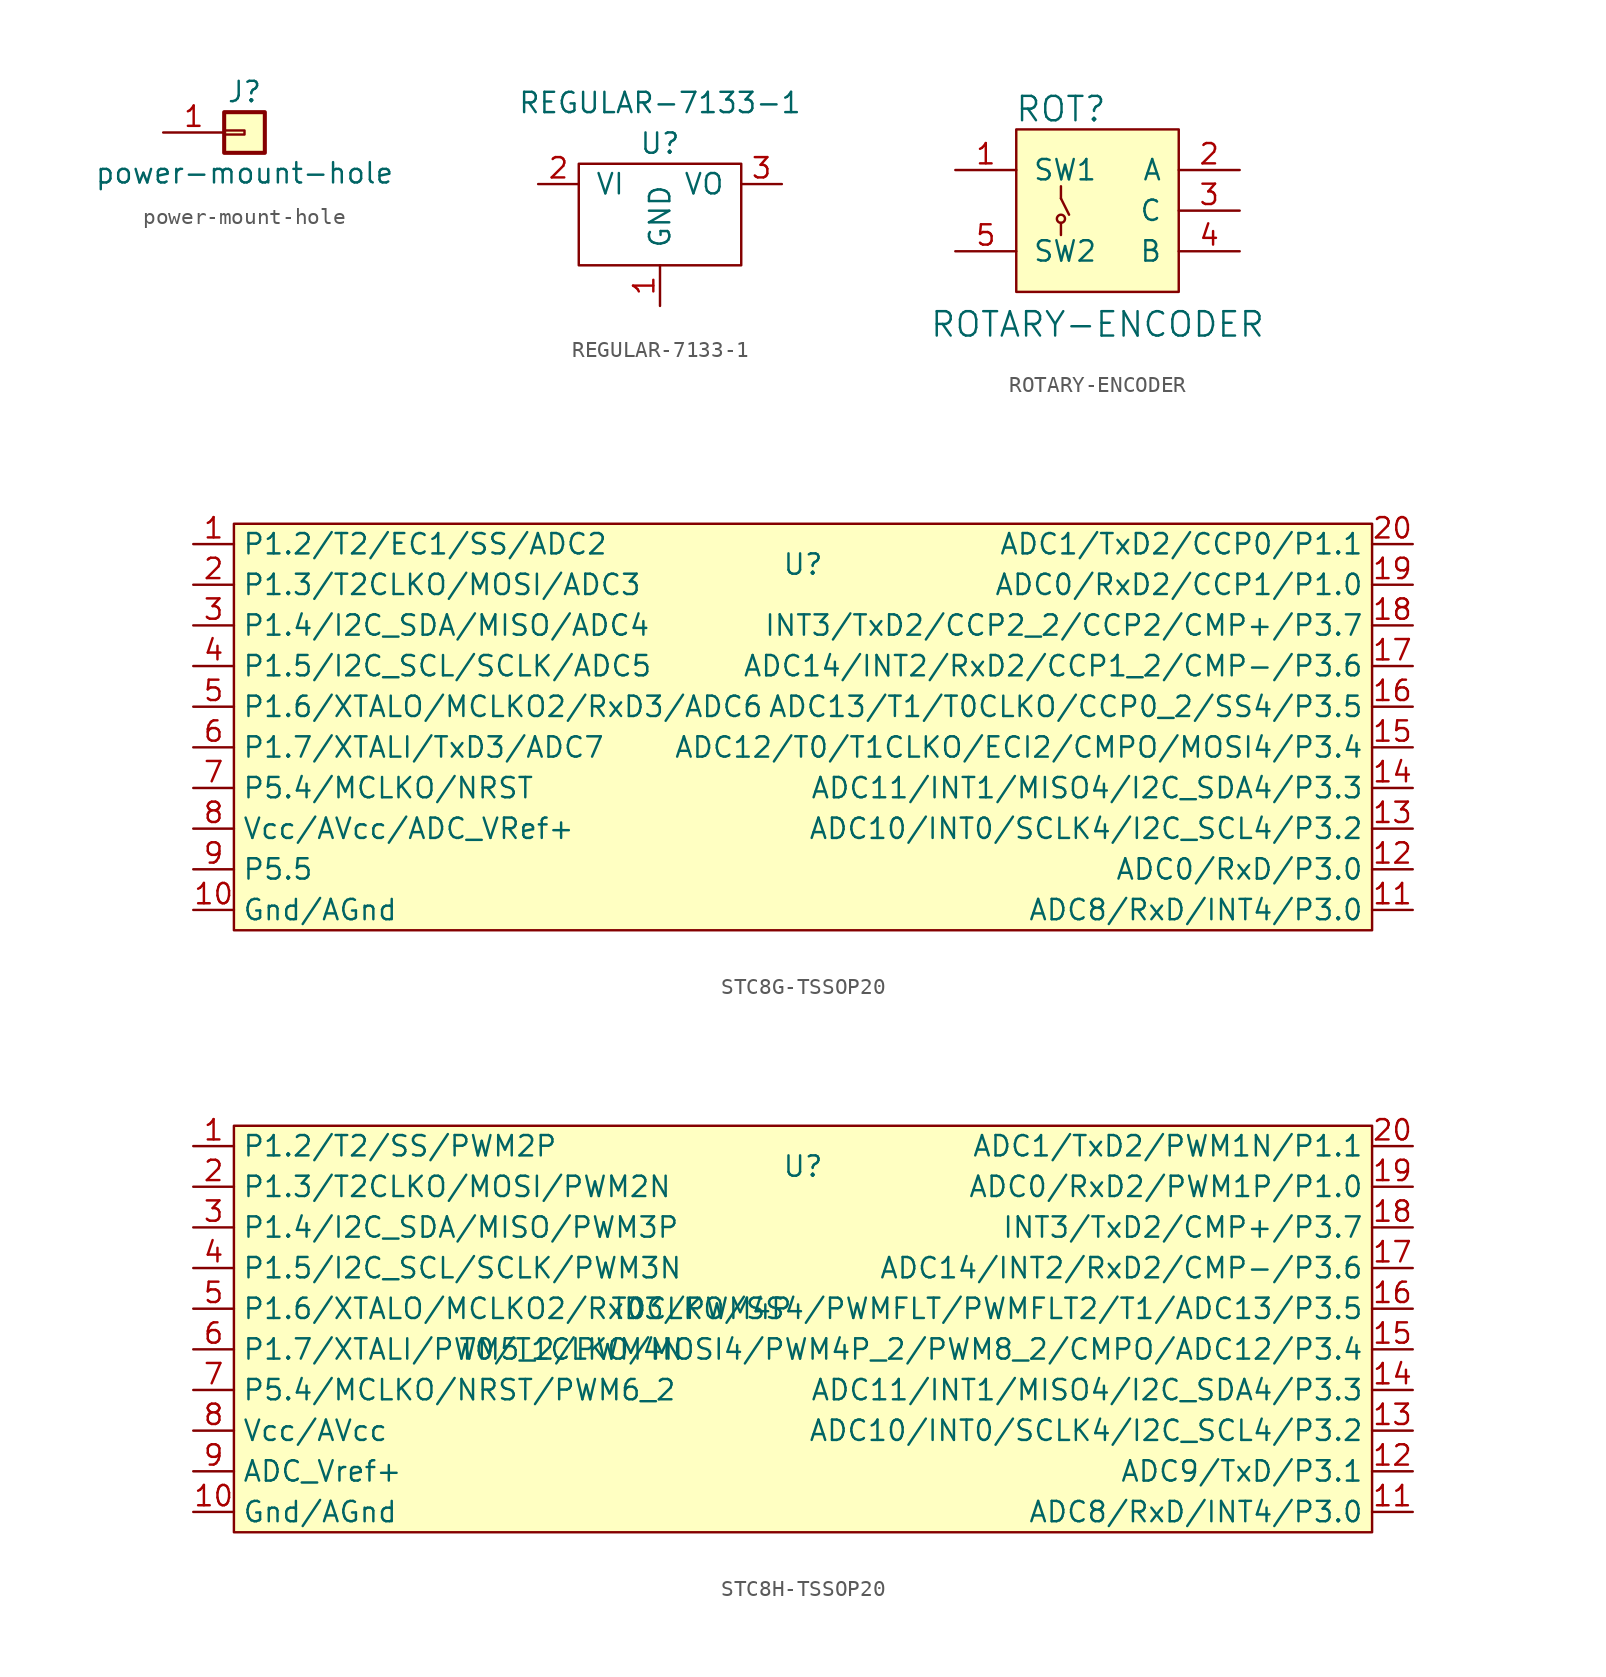
<source format=kicad_sym>
(kicad_symbol_lib
  (version 20231120)
  (generator "kicad_symbol_editor")
  (generator_version "8.0")
  (symbol "power-mount-hole"
    (pin_names
      (offset 1.016) hide)
    (property "Reference" "J"
      (at 0 2.54 0)
      (effects (font (size 1.27 1.27))))
    (property "Value" "power-mount-hole"
      (at 0 -2.54 0)
      (effects (font (size 1.27 1.27))))
    (symbol "power-mount-hole_1_1"
      (rectangle (start -1.27 0.127) (end 0 -0.127) (stroke (width 0.152) (type default)) (fill (type none)))
      (rectangle (start -1.27 1.27) (end 1.27 -1.27) (stroke (width 0.254) (type default)) (fill (type background)))
      (pin power_out line (at -5.08 0 0) (length 3.81) (name "Pin_1" (effects (font (size 1.27 1.27)))) (number "1" (effects (font (size 1.27 1.27)))))))
  (symbol "REGULAR-7133-1"
    (pin_names
      (offset 1.016))
    (property "Reference" "U"
      (at 0 3.81 0)
      (effects (font (size 1.27 1.27))))
    (property "Value" "REGULAR-7133-1"
      (at 0 6.35 0)
      (effects (font (size 1.27 1.27))))
    (symbol "REGULAR-7133-1_0_1"
      (rectangle (start -5.08 2.54) (end 5.08 -3.81) (stroke (width 0) (type default)) (fill (type none))))
    (symbol "REGULAR-7133-1_1_1"
      (pin power_in line (at 0 -6.35 90) (length 2.54) (name "GND" (effects (font (size 1.27 1.27)))) (number "1" (effects (font (size 1.27 1.27)))))
      (pin power_in line (at -7.62 1.27 0) (length 2.54) (name "VI" (effects (font (size 1.27 1.27)))) (number "2" (effects (font (size 1.27 1.27)))))
      (pin power_out line (at 7.62 1.27 180) (length 2.54) (name "VO" (effects (font (size 1.27 1.27)))) (number "3" (effects (font (size 1.27 1.27)))))))
  (symbol "ROTARY-ENCODER"
    (pin_names
      (offset 1.016))
    (property "Reference" "ROT"
      (at -2.286 6.35 0)
      (effects (font (size 1.524 1.524))))
    (property "Value" "ROTARY-ENCODER"
      (at 0 -7.112 0)
      (effects (font (size 1.524 1.524))))
    (property "Footprint" ""
      (at 0 0 0)
      (effects (font (size 1.524 1.524))))
    (property "Datasheet" ""
      (at 0 0 0)
      (effects (font (size 1.524 1.524))))
    (symbol "ROTARY-ENCODER_0_1"
      (rectangle (start -5.08 5.08) (end 5.08 -5.08) (stroke (width 0) (type default)) (fill (type background)))
      (circle (center -2.286 -0.508) (radius 0.254) (stroke (width 0) (type default)) (fill (type none)))
      (polyline (pts (xy -2.286 -1.524) (xy -2.286 -0.762)) (stroke (width 0) (type default)) (fill (type none)))
      (polyline (pts (xy -2.286 0.762) (xy -1.778 -0.254)) (stroke (width 0) (type default)) (fill (type none)))
      (polyline (pts (xy -2.286 1.524) (xy -2.286 0.762)) (stroke (width 0) (type default)) (fill (type none))))
    (symbol "ROTARY-ENCODER_1_1"
      (pin passive line (at -8.89 2.54 0) (length 3.81) (name "SW1" (effects (font (size 1.27 1.27)))) (number "1" (effects (font (size 1.27 1.27)))))
      (pin output line (at 8.89 2.54 180) (length 3.81) (name "A" (effects (font (size 1.27 1.27)))) (number "2" (effects (font (size 1.27 1.27)))))
      (pin input line (at 8.89 0 180) (length 3.81) (name "C" (effects (font (size 1.27 1.27)))) (number "3" (effects (font (size 1.27 1.27)))))
      (pin output line (at 8.89 -2.54 180) (length 3.81) (name "B" (effects (font (size 1.27 1.27)))) (number "4" (effects (font (size 1.27 1.27)))))
      (pin passive line (at -8.89 -2.54 0) (length 3.81) (name "SW2" (effects (font (size 1.27 1.27)))) (number "5" (effects (font (size 1.27 1.27)))))))
  (symbol "STC8G-TSSOP20"
    (property "Reference" "U"
      (at 0 10.16 0)
      (effects (font (size 1.27 1.27))))
    (property "Value" ""
      (at 0 0 0)
      (effects (font (size 1.27 1.27))))
    (symbol "STC8G-TSSOP20_1_1"
      (rectangle (start -35.56 12.7) (end 35.56 -12.7) (stroke (width 0) (type default)) (fill (type background)))
      (pin bidirectional line (at -38.1 11.43 0) (length 2.54) (name "P1.2/T2/EC1/SS/ADC2" (effects (font (size 1.27 1.27)))) (number "1" (effects (font (size 1.27 1.27)))))
      (pin power_in line (at -38.1 -11.43 0) (length 2.54) (name "Gnd/AGnd" (effects (font (size 1.27 1.27)))) (number "10" (effects (font (size 1.27 1.27)))))
      (pin bidirectional line (at 38.1 -11.43 180) (length 2.54) (name "ADC8/RxD/INT4/P3.0" (effects (font (size 1.27 1.27)))) (number "11" (effects (font (size 1.27 1.27)))))
      (pin bidirectional line (at 38.1 -8.89 180) (length 2.54) (name "ADC0/RxD/P3.0" (effects (font (size 1.27 1.27)))) (number "12" (effects (font (size 1.27 1.27)))))
      (pin bidirectional line (at 38.1 -6.35 180) (length 2.54) (name "ADC10/INT0/SCLK4/I2C_SCL4/P3.2" (effects (font (size 1.27 1.27)))) (number "13" (effects (font (size 1.27 1.27)))))
      (pin bidirectional line (at 38.1 -3.81 180) (length 2.54) (name "ADC11/INT1/MISO4/I2C_SDA4/P3.3" (effects (font (size 1.27 1.27)))) (number "14" (effects (font (size 1.27 1.27)))))
      (pin bidirectional line (at 38.1 -1.27 180) (length 2.54) (name "ADC12/T0/T1CLKO/ECI2/CMPO/MOSI4/P3.4" (effects (font (size 1.27 1.27)))) (number "15" (effects (font (size 1.27 1.27)))))
      (pin bidirectional line (at 38.1 1.27 180) (length 2.54) (name "ADC13/T1/T0CLKO/CCP0_2/SS4/P3.5" (effects (font (size 1.27 1.27)))) (number "16" (effects (font (size 1.27 1.27)))))
      (pin bidirectional line (at 38.1 3.81 180) (length 2.54) (name "ADC14/INT2/RxD2/CCP1_2/CMP-/P3.6" (effects (font (size 1.27 1.27)))) (number "17" (effects (font (size 1.27 1.27)))))
      (pin bidirectional line (at 38.1 6.35 180) (length 2.54) (name "INT3/TxD2/CCP2_2/CCP2/CMP+/P3.7" (effects (font (size 1.27 1.27)))) (number "18" (effects (font (size 1.27 1.27)))))
      (pin bidirectional line (at 38.1 8.89 180) (length 2.54) (name "ADC0/RxD2/CCP1/P1.0" (effects (font (size 1.27 1.27)))) (number "19" (effects (font (size 1.27 1.27)))))
      (pin bidirectional line (at -38.1 8.89 0) (length 2.54) (name "P1.3/T2CLKO/MOSI/ADC3" (effects (font (size 1.27 1.27)))) (number "2" (effects (font (size 1.27 1.27)))))
      (pin bidirectional line (at 38.1 11.43 180) (length 2.54) (name "ADC1/TxD2/CCP0/P1.1" (effects (font (size 1.27 1.27)))) (number "20" (effects (font (size 1.27 1.27)))))
      (pin bidirectional line (at -38.1 6.35 0) (length 2.54) (name "P1.4/I2C_SDA/MISO/ADC4" (effects (font (size 1.27 1.27)))) (number "3" (effects (font (size 1.27 1.27)))))
      (pin bidirectional line (at -38.1 3.81 0) (length 2.54) (name "P1.5/I2C_SCL/SCLK/ADC5" (effects (font (size 1.27 1.27)))) (number "4" (effects (font (size 1.27 1.27)))))
      (pin bidirectional line (at -38.1 1.27 0) (length 2.54) (name "P1.6/XTALO/MCLKO2/RxD3/ADC6" (effects (font (size 1.27 1.27)))) (number "5" (effects (font (size 1.27 1.27)))))
      (pin bidirectional line (at -38.1 -1.27 0) (length 2.54) (name "P1.7/XTALI/TxD3/ADC7" (effects (font (size 1.27 1.27)))) (number "6" (effects (font (size 1.27 1.27)))))
      (pin bidirectional line (at -38.1 -3.81 0) (length 2.54) (name "P5.4/MCLKO/NRST" (effects (font (size 1.27 1.27)))) (number "7" (effects (font (size 1.27 1.27)))))
      (pin power_in line (at -38.1 -6.35 0) (length 2.54) (name "Vcc/AVcc/ADC_VRef+" (effects (font (size 1.27 1.27)))) (number "8" (effects (font (size 1.27 1.27)))))
      (pin bidirectional line (at -38.1 -8.89 0) (length 2.54) (name "P5.5" (effects (font (size 1.27 1.27)))) (number "9" (effects (font (size 1.27 1.27)))))))
  (symbol "STC8H-TSSOP20"
    (property "Reference" "U"
      (at 0 10.16 0)
      (effects (font (size 1.27 1.27))))
    (property "Value" ""
      (at 0 0 0)
      (effects (font (size 1.27 1.27))))
    (symbol "STC8H-TSSOP20_1_1"
      (rectangle (start -35.56 12.7) (end 35.56 -12.7) (stroke (width 0) (type default)) (fill (type background)))
      (pin bidirectional line (at -38.1 11.43 0) (length 2.54) (name "P1.2/T2/SS/PWM2P" (effects (font (size 1.27 1.27)))) (number "1" (effects (font (size 1.27 1.27)))))
      (pin power_in line (at -38.1 -11.43 0) (length 2.54) (name "Gnd/AGnd" (effects (font (size 1.27 1.27)))) (number "10" (effects (font (size 1.27 1.27)))))
      (pin bidirectional line (at 38.1 -11.43 180) (length 2.54) (name "ADC8/RxD/INT4/P3.0" (effects (font (size 1.27 1.27)))) (number "11" (effects (font (size 1.27 1.27)))))
      (pin bidirectional line (at 38.1 -8.89 180) (length 2.54) (name "ADC9/TxD/P3.1" (effects (font (size 1.27 1.27)))) (number "12" (effects (font (size 1.27 1.27)))))
      (pin bidirectional line (at 38.1 -6.35 180) (length 2.54) (name "ADC10/INT0/SCLK4/I2C_SCL4/P3.2" (effects (font (size 1.27 1.27)))) (number "13" (effects (font (size 1.27 1.27)))))
      (pin bidirectional line (at 38.1 -3.81 180) (length 2.54) (name "ADC11/INT1/MISO4/I2C_SDA4/P3.3" (effects (font (size 1.27 1.27)))) (number "14" (effects (font (size 1.27 1.27)))))
      (pin bidirectional line (at 38.1 -1.27 180) (length 2.54) (name "T0/T1CLKO/MOSI4/PWM4P_2/PWM8_2/CMPO/ADC12/P3.4" (effects (font (size 1.27 1.27)))) (number "15" (effects (font (size 1.27 1.27)))))
      (pin bidirectional line (at 38.1 1.27 180) (length 2.54) (name "T0CLKO/SS4/PWMFLT/PWMFLT2/T1/ADC13/P3.5" (effects (font (size 1.27 1.27)))) (number "16" (effects (font (size 1.27 1.27)))))
      (pin bidirectional line (at 38.1 3.81 180) (length 2.54) (name "ADC14/INT2/RxD2/CMP-/P3.6" (effects (font (size 1.27 1.27)))) (number "17" (effects (font (size 1.27 1.27)))))
      (pin bidirectional line (at 38.1 6.35 180) (length 2.54) (name "INT3/TxD2/CMP+/P3.7" (effects (font (size 1.27 1.27)))) (number "18" (effects (font (size 1.27 1.27)))))
      (pin bidirectional line (at 38.1 8.89 180) (length 2.54) (name "ADC0/RxD2/PWM1P/P1.0" (effects (font (size 1.27 1.27)))) (number "19" (effects (font (size 1.27 1.27)))))
      (pin bidirectional line (at -38.1 8.89 0) (length 2.54) (name "P1.3/T2CLKO/MOSI/PWM2N" (effects (font (size 1.27 1.27)))) (number "2" (effects (font (size 1.27 1.27)))))
      (pin bidirectional line (at 38.1 11.43 180) (length 2.54) (name "ADC1/TxD2/PWM1N/P1.1" (effects (font (size 1.27 1.27)))) (number "20" (effects (font (size 1.27 1.27)))))
      (pin bidirectional line (at -38.1 6.35 0) (length 2.54) (name "P1.4/I2C_SDA/MISO/PWM3P" (effects (font (size 1.27 1.27)))) (number "3" (effects (font (size 1.27 1.27)))))
      (pin bidirectional line (at -38.1 3.81 0) (length 2.54) (name "P1.5/I2C_SCL/SCLK/PWM3N" (effects (font (size 1.27 1.27)))) (number "4" (effects (font (size 1.27 1.27)))))
      (pin bidirectional line (at -38.1 1.27 0) (length 2.54) (name "P1.6/XTALO/MCLKO2/RxD3/PWM4P" (effects (font (size 1.27 1.27)))) (number "5" (effects (font (size 1.27 1.27)))))
      (pin bidirectional line (at -38.1 -1.27 0) (length 2.54) (name "P1.7/XTALI/PWM5_2/PWM4N" (effects (font (size 1.27 1.27)))) (number "6" (effects (font (size 1.27 1.27)))))
      (pin bidirectional line (at -38.1 -3.81 0) (length 2.54) (name "P5.4/MCLKO/NRST/PWM6_2" (effects (font (size 1.27 1.27)))) (number "7" (effects (font (size 1.27 1.27)))))
      (pin power_in line (at -38.1 -6.35 0) (length 2.54) (name "Vcc/AVcc" (effects (font (size 1.27 1.27)))) (number "8" (effects (font (size 1.27 1.27)))))
      (pin power_in line (at -38.1 -8.89 0) (length 2.54) (name "ADC_Vref+" (effects (font (size 1.27 1.27)))) (number "9" (effects (font (size 1.27 1.27))))))))
</source>
